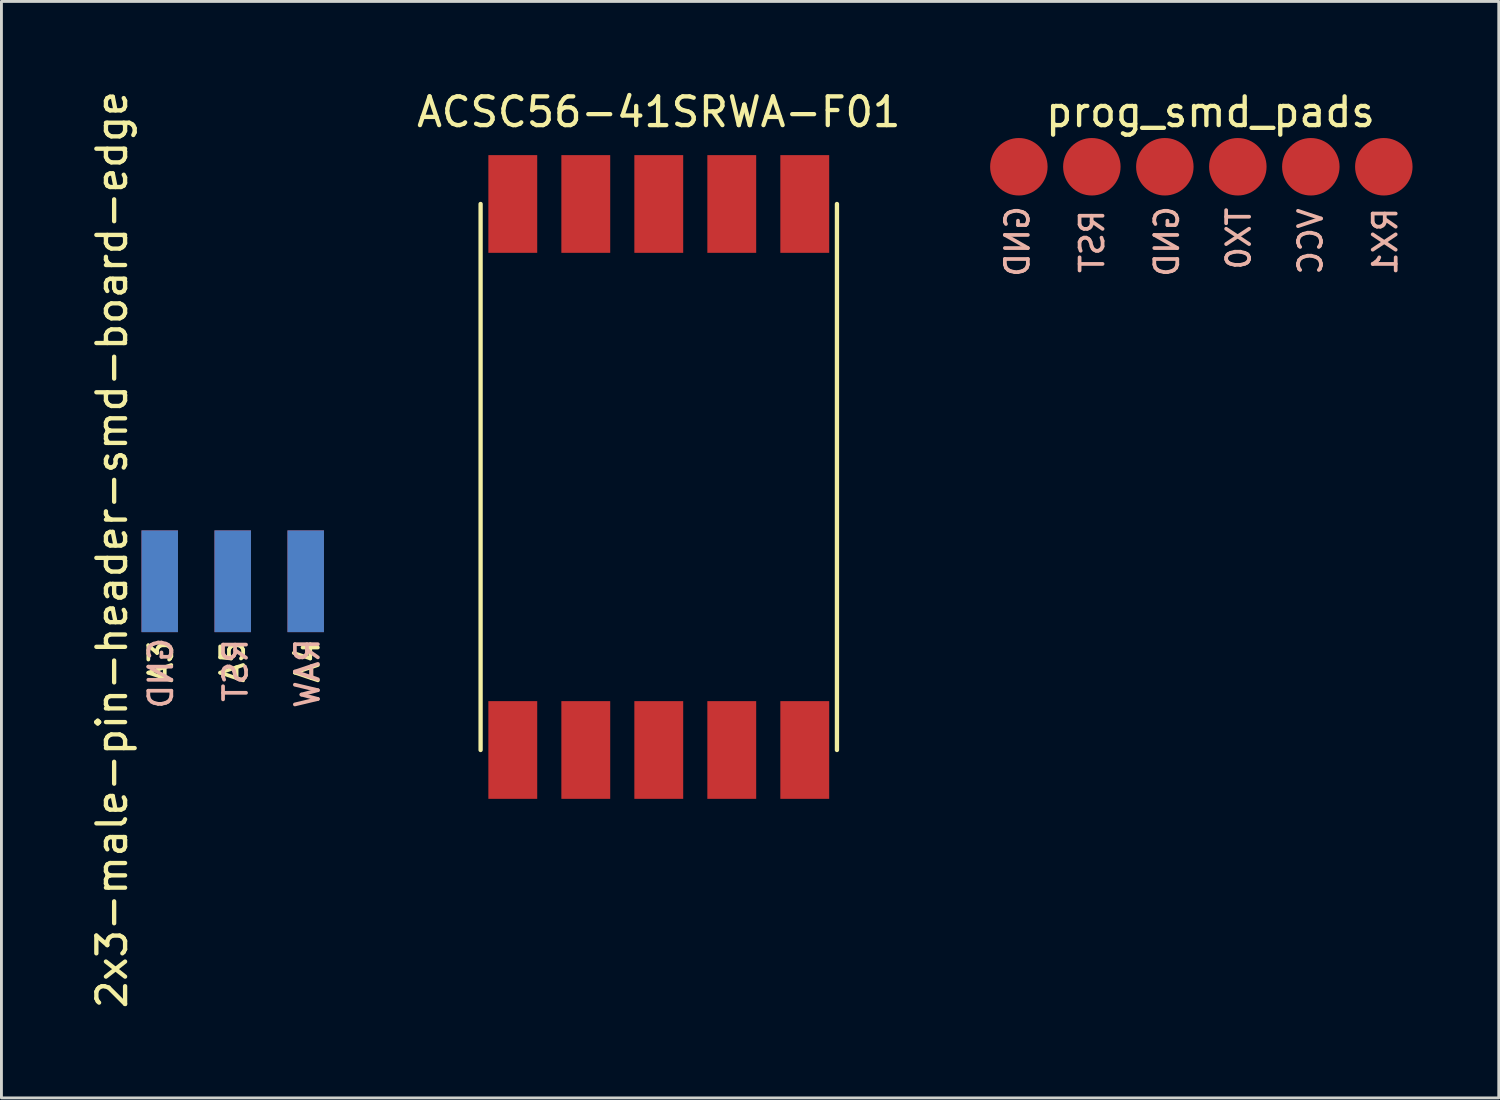
<source format=kicad_pcb>
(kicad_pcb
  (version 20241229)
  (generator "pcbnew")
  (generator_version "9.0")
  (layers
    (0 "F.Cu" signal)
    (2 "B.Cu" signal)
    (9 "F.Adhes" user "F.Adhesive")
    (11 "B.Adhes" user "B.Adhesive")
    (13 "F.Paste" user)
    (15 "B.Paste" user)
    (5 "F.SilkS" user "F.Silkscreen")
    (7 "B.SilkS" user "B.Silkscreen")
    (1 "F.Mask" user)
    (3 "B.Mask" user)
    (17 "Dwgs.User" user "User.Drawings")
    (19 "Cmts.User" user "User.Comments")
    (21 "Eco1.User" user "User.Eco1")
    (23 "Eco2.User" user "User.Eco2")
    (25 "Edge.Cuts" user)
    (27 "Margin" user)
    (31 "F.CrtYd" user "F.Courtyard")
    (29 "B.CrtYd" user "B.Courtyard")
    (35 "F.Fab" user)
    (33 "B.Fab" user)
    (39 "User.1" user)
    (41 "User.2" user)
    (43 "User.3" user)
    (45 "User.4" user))
  (footprint "ACSC56-41SRWA-F01"
    (layer "F.Cu")
    (at 19.874 13.548)
    (property "Reference" "ACSC56-41SRWA-F01" (at 0 -12.7 0) (layer "F.SilkS") (effects (font (size 1 1) (thickness 0.15))))
    (attr through_hole)
    (fp_line (start -6.2 -9.5) (end -6.2 9.5) (stroke (width 0.15) (type solid)) (layer "F.SilkS"))
    (fp_line (start 6.2 9.5) (end 6.2 -9.5) (stroke (width 0.15) (type solid)) (layer "F.SilkS"))
    (pad "1" smd rect (at -5.08 9.5) (size 1.7 3.4) (layers "F.Cu" "F.Mask" "F.Paste"))
    (pad "2" smd rect (at -2.54 9.5) (size 1.7 3.4) (layers "F.Cu" "F.Mask" "F.Paste"))
    (pad "3" smd rect (at 0 9.5) (size 1.7 3.4) (layers "F.Cu" "F.Mask" "F.Paste"))
    (pad "4" smd rect (at 2.54 9.5) (size 1.7 3.4) (layers "F.Cu" "F.Mask" "F.Paste"))
    (pad "5" smd rect (at 5.08 9.5) (size 1.7 3.4) (layers "F.Cu" "F.Mask" "F.Paste"))
    (pad "6" smd rect (at 5.08 -9.5) (size 1.7 3.4) (layers "F.Cu" "F.Mask" "F.Paste"))
    (pad "7" smd rect (at 2.54 -9.5) (size 1.7 3.4) (layers "F.Cu" "F.Mask" "F.Paste"))
    (pad "8" smd rect (at 0 -9.5) (size 1.7 3.4) (layers "F.Cu" "F.Mask" "F.Paste"))
    (pad "9" smd rect (at -2.54 -9.5) (size 1.7 3.4) (layers "F.Cu" "F.Mask" "F.Paste"))
    (pad "10" smd rect (at -5.08 -9.5) (size 1.7 3.4) (layers "F.Cu" "F.Mask" "F.Paste")))
  (footprint "2x3-male-pin-header-smd-board-edge"
    (layer "F.Cu")
    (at 5.048 17.177)
    (property "Reference" "2x3-male-pin-header-smd-board-edge" (at -4.2 -1.1 90) (layer "F.SilkS") (effects (font (size 1 1) (thickness 0.15))))
    (attr through_hole)
    (fp_text user "A3" (at -2.5 2.8 90) (layer "F.SilkS") (effects (font (size 0.8 0.8) (thickness 0.13))))
    (fp_text user "A5" (at 0 2.8 90) (layer "F.SilkS") (effects (font (size 0.8 0.8) (thickness 0.13))))
    (fp_text user "A4" (at 2.6 2.8 90) (layer "F.SilkS") (effects (font (size 0.8 0.8) (thickness 0.13))))
    (fp_text user "RST" (at 0.1 3.1 90) (layer "B.SilkS") (effects (font (size 0.8 0.8) (thickness 0.13)) (justify mirror)))
    (fp_text user "GND" (at -2.5 3.2 90) (layer "B.SilkS") (effects (font (size 0.8 0.8) (thickness 0.13)) (justify mirror)))
    (fp_text user "RAW" (at 2.6 3.2 90) (layer "B.SilkS") (effects (font (size 0.8 0.8) (thickness 0.13)) (justify mirror)))
    (pad "1" smd rect (at 2.54 0) (size 1.27 3.54) (layers "F.Cu" "F.Mask"))
    (pad "2" smd rect (at 2.54 0) (size 1.27 3.54) (layers "B.Cu" "B.Mask"))
    (pad "3" smd rect (at 0 0) (size 1.27 3.54) (layers "F.Cu" "F.Mask"))
    (pad "4" smd rect (at 0 0) (size 1.27 3.54) (layers "B.Cu" "B.Mask"))
    (pad "5" smd rect (at -2.54 0) (size 1.27 3.54) (layers "F.Cu" "F.Mask"))
    (pad "6" smd rect (at -2.54 0) (size 1.27 3.54) (layers "B.Cu" "B.Mask")))
  (footprint "prog_smd_pads"
    (layer "F.Cu")
    (at 38.754 2.753)
    (property "Reference" "prog_smd_pads" (at 0.318 -1.905 0) (layer "F.SilkS") (effects (font (size 1 1) (thickness 0.15))))
    (attr through_hole)
    (fp_text user "RX1" (at 6.4 2.6 90) (layer "B.SilkS") (effects (font (size 0.8 0.8) (thickness 0.13)) (justify mirror)))
    (fp_text user "GND" (at -6.4 2.6 270) (layer "B.SilkS") (effects (font (size 0.8 0.8) (thickness 0.13)) (justify mirror)))
    (fp_text user "GND" (at -1.2 2.6 270) (layer "B.SilkS") (effects (font (size 0.8 0.8) (thickness 0.13)) (justify mirror)))
    (fp_text user "TX0" (at 1.3 2.5 90) (layer "B.SilkS") (effects (font (size 0.8 0.8) (thickness 0.13)) (justify mirror)))
    (fp_text user "RST" (at -3.8 2.6 90) (layer "B.SilkS") (effects (font (size 0.8 0.8) (thickness 0.13)) (justify mirror)))
    (fp_text user "VCC" (at 3.8 2.6 90) (layer "B.SilkS") (effects (font (size 0.8 0.8) (thickness 0.13)) (justify mirror)))
    (pad "1" smd circle (at -6.35 0) (size 2 2) (layers "F.Cu" "F.Mask"))
    (pad "2" smd circle (at -3.81 0) (size 2 2) (layers "F.Cu" "F.Mask"))
    (pad "3" smd circle (at -1.27 0) (size 2 2) (layers "F.Cu" "F.Mask"))
    (pad "4" smd circle (at 1.27 0) (size 2 2) (layers "F.Cu" "F.Mask"))
    (pad "5" smd circle (at 3.81 0) (size 2 2) (layers "F.Cu" "F.Mask"))
    (pad "6" smd circle (at 6.35 0) (size 2 2) (layers "F.Cu" "F.Mask")))
  (gr_rect
    (start -3 -3)
    (end 49.104 35.155)
    (stroke (width 0.1) (type default))
    (fill no)
    (layer "Edge.Cuts")))
</source>
